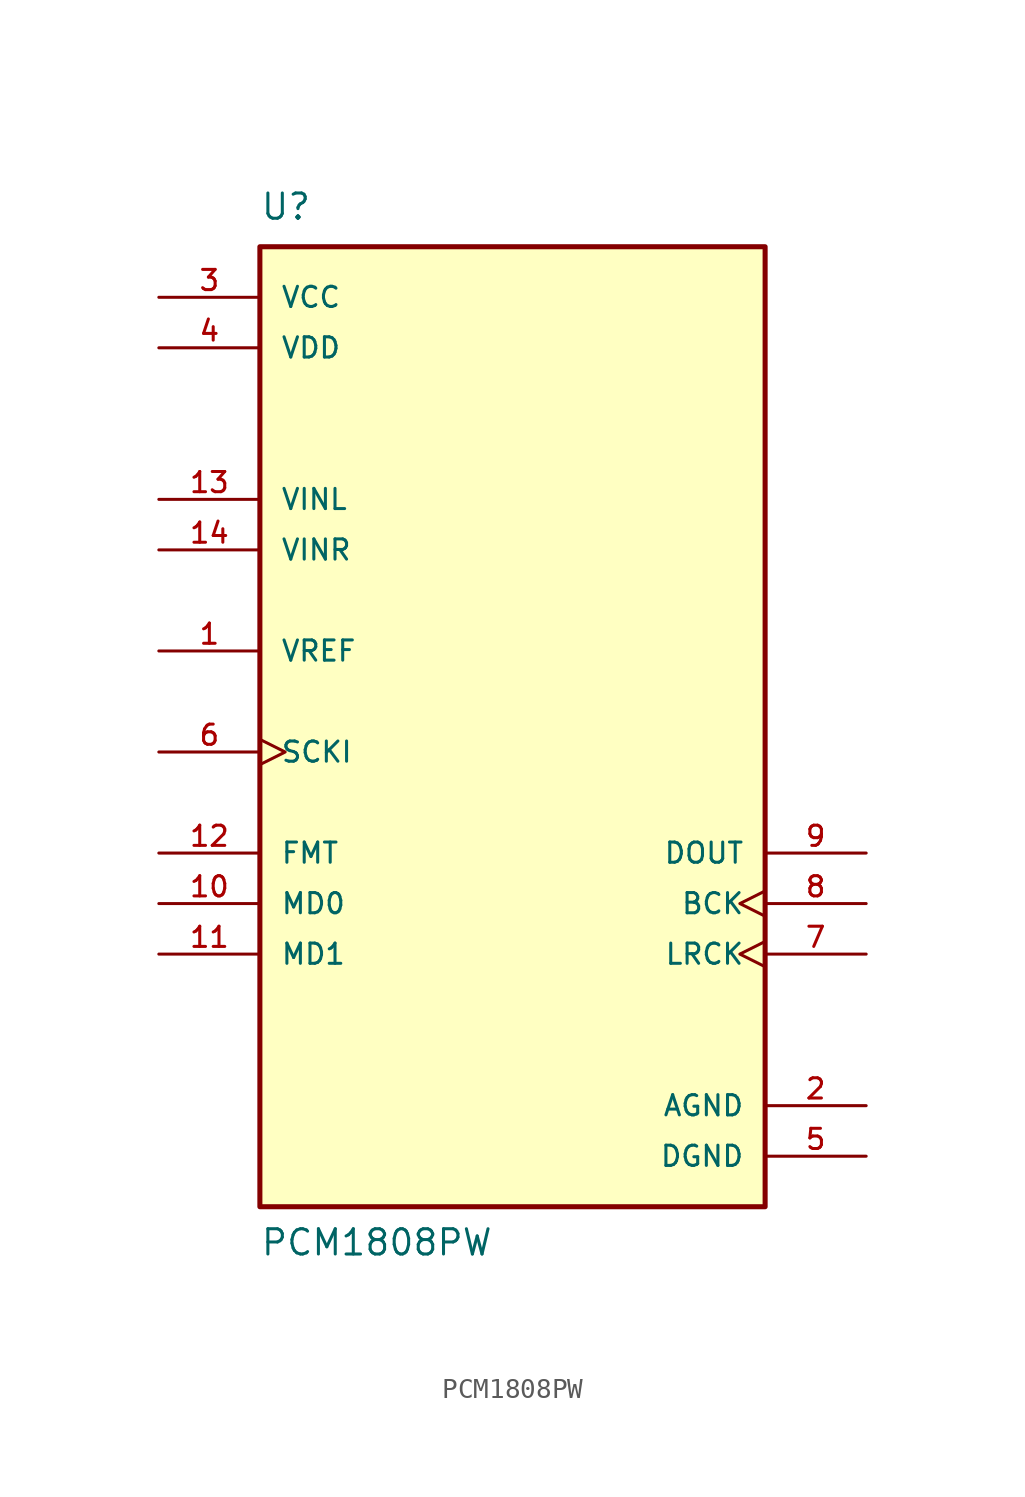
<source format=kicad_sym>
(kicad_symbol_lib
  (version 20211014)
  (generator kicad_symbol_editor)
  (symbol "PCM1808PW"
    (pin_names
      (offset 1.016))
    (property "Reference" "U"
      (at -12.7 24.13 0.0)
      (effects (font (size 1.27 1.27)) (justify bottom left)))
    (property "Value" "PCM1808PW"
      (at -12.7 -27.94 0.0)
      (effects (font (size 1.27 1.27)) (justify bottom left)))
    (symbol "PCM1808PW_0_0"
      (rectangle (start -12.7 -25.4) (end 12.7 22.86) (stroke (width 0.254)) (fill (type background)))
      (pin input line (at -17.78 -7.62 0) (length 5.08) (name "FMT" (effects (font (size 1.016 1.016)))) (number "12" (effects (font (size 1.016 1.016)))))
      (pin input line (at -17.78 -10.16 0) (length 5.08) (name "MD0" (effects (font (size 1.016 1.016)))) (number "10" (effects (font (size 1.016 1.016)))))
      (pin input line (at -17.78 -12.7 0) (length 5.08) (name "MD1" (effects (font (size 1.016 1.016)))) (number "11" (effects (font (size 1.016 1.016)))))
      (pin input clock (at -17.78 -2.54 0) (length 5.08) (name "SCKI" (effects (font (size 1.016 1.016)))) (number "6" (effects (font (size 1.016 1.016)))))
      (pin input line (at -17.78 10.16 0) (length 5.08) (name "VINL" (effects (font (size 1.016 1.016)))) (number "13" (effects (font (size 1.016 1.016)))))
      (pin input line (at -17.78 7.62 0) (length 5.08) (name "VINR" (effects (font (size 1.016 1.016)))) (number "14" (effects (font (size 1.016 1.016)))))
      (pin input line (at -17.78 2.54 0) (length 5.08) (name "VREF" (effects (font (size 1.016 1.016)))) (number "1" (effects (font (size 1.016 1.016)))))
      (pin bidirectional clock (at 17.78 -10.16 180.0) (length 5.08) (name "BCK" (effects (font (size 1.016 1.016)))) (number "8" (effects (font (size 1.016 1.016)))))
      (pin bidirectional clock (at 17.78 -12.7 180.0) (length 5.08) (name "LRCK" (effects (font (size 1.016 1.016)))) (number "7" (effects (font (size 1.016 1.016)))))
      (pin power_in line (at -17.78 20.32 0) (length 5.08) (name "VCC" (effects (font (size 1.016 1.016)))) (number "3" (effects (font (size 1.016 1.016)))))
      (pin power_in line (at -17.78 17.78 0) (length 5.08) (name "VDD" (effects (font (size 1.016 1.016)))) (number "4" (effects (font (size 1.016 1.016)))))
      (pin output line (at 17.78 -7.62 180.0) (length 5.08) (name "DOUT" (effects (font (size 1.016 1.016)))) (number "9" (effects (font (size 1.016 1.016)))))
      (pin power_in line (at 17.78 -20.32 180.0) (length 5.08) (name "AGND" (effects (font (size 1.016 1.016)))) (number "2" (effects (font (size 1.016 1.016)))))
      (pin power_in line (at 17.78 -22.86 180.0) (length 5.08) (name "DGND" (effects (font (size 1.016 1.016)))) (number "5" (effects (font (size 1.016 1.016))))))))
</source>
